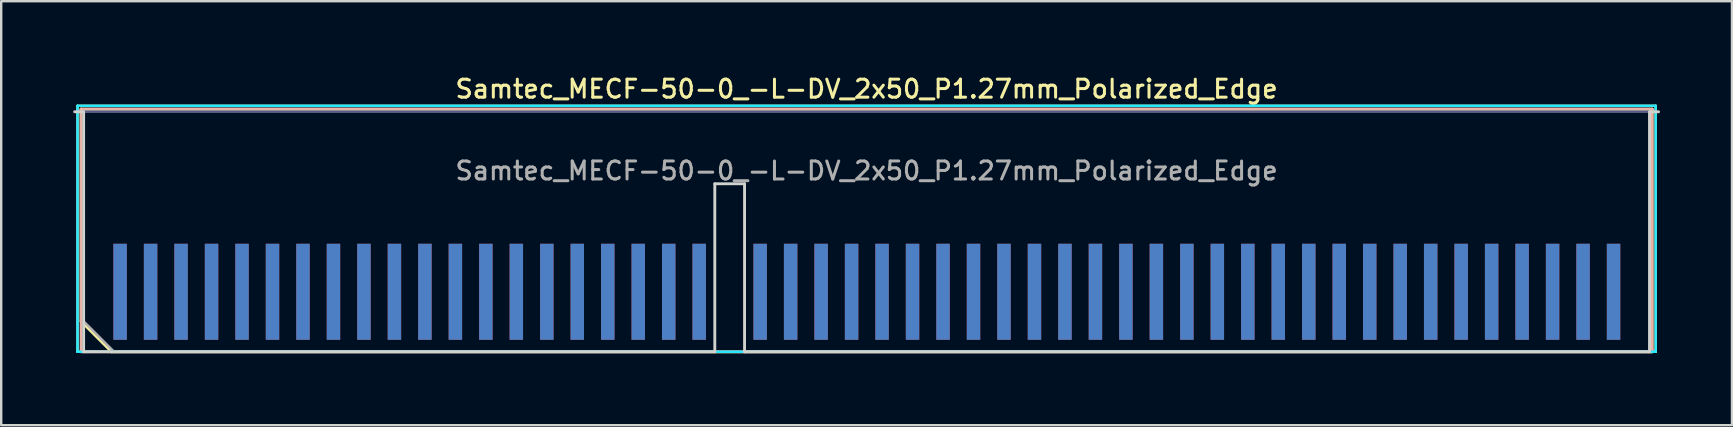
<source format=kicad_pcb>
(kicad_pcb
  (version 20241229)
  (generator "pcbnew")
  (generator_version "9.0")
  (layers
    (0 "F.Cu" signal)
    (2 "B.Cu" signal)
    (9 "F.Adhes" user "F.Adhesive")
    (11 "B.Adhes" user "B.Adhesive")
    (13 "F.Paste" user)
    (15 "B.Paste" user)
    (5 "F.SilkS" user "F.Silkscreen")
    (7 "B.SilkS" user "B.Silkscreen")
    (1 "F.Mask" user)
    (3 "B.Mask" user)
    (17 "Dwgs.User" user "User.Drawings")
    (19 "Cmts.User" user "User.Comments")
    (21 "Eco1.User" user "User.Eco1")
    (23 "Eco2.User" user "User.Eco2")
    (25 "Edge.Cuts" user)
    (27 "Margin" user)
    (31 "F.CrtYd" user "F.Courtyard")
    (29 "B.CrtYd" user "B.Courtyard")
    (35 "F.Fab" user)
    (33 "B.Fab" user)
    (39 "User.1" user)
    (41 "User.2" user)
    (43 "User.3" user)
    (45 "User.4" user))
  (footprint "Samtec_MECF-50-0_-L-DV_2x50_P1.27mm_Polarized_Edge"
    (layer "F.Cu")
    (at 33.06 6.608)
    (property "Reference" "Samtec_MECF-50-0_-L-DV_2x50_P1.27mm_Polarized_Edge" (at 0 -5.95 0) (layer "F.SilkS") (effects (font (size 0.75 0.75) (thickness 0.125))))
    (attr exclude_from_pos_files exclude_from_bom)
    (fp_line (start -32.88 -5.25) (end -32.88 5) (stroke (width 0.1) (type solid)) (layer "F.SilkS"))
    (fp_line (start -32.88 5) (end 32.88 5) (stroke (width 0.1) (type solid)) (layer "F.SilkS"))
    (fp_line (start -32.73 -5.11) (end 32.73 -5.11) (stroke (width 0.12) (type solid)) (layer "F.SilkS"))
    (fp_line (start -32.73 3.73) (end -32.73 -5.11) (stroke (width 0.12) (type solid)) (layer "F.SilkS"))
    (fp_line (start -31.46 5) (end -32.73 3.73) (stroke (width 0.12) (type solid)) (layer "F.SilkS"))
    (fp_line (start -31.46 5) (end 32.73 5) (stroke (width 0.12) (type solid)) (layer "F.SilkS"))
    (fp_line (start 32.73 5) (end 32.73 -5.11) (stroke (width 0.12) (type solid)) (layer "F.SilkS"))
    (fp_line (start 32.88 -5.25) (end -32.88 -5.25) (stroke (width 0.1) (type solid)) (layer "F.SilkS"))
    (fp_line (start 32.88 5) (end 32.88 -5.25) (stroke (width 0.1) (type solid)) (layer "F.SilkS"))
    (fp_line (start -32.73 -5.11) (end 32.73 -5.11) (stroke (width 0.12) (type solid)) (layer "B.SilkS"))
    (fp_line (start -32.73 5) (end -32.73 -5.11) (stroke (width 0.12) (type solid)) (layer "B.SilkS"))
    (fp_line (start -32.73 5) (end 32.73 5) (stroke (width 0.12) (type solid)) (layer "B.SilkS"))
    (fp_line (start 32.73 5) (end 32.73 -5.11) (stroke (width 0.12) (type solid)) (layer "B.SilkS"))
    (fp_line (start -33 -5) (end -32.625 -5) (stroke (width 0.12) (type solid)) (layer "Edge.Cuts"))
    (fp_line (start -32.625 5) (end -32.625 -5) (stroke (width 0.12) (type solid)) (layer "Edge.Cuts"))
    (fp_line (start -32.625 5) (end -6.325 5) (stroke (width 0.12) (type solid)) (layer "Edge.Cuts"))
    (fp_line (start -6.325 -2) (end -5.085 -2) (stroke (width 0.12) (type solid)) (layer "Edge.Cuts"))
    (fp_line (start -6.325 5) (end -6.325 -2) (stroke (width 0.12) (type solid)) (layer "Edge.Cuts"))
    (fp_line (start -5.085 5) (end -5.085 -2) (stroke (width 0.12) (type solid)) (layer "Edge.Cuts"))
    (fp_line (start -5.085 5) (end 32.625 5) (stroke (width 0.12) (type solid)) (layer "Edge.Cuts"))
    (fp_line (start 32.625 5) (end 32.625 -5) (stroke (width 0.12) (type solid)) (layer "Edge.Cuts"))
    (fp_line (start 33 -5) (end 32.625 -5) (stroke (width 0.12) (type solid)) (layer "Edge.Cuts"))
    (fp_line (start -32.88 -5.25) (end -32.88 5) (stroke (width 0.1) (type solid)) (layer "B.CrtYd"))
    (fp_line (start -32.88 5) (end 32.88 5) (stroke (width 0.1) (type solid)) (layer "B.CrtYd"))
    (fp_line (start 32.88 -5.25) (end -32.88 -5.25) (stroke (width 0.1) (type solid)) (layer "B.CrtYd"))
    (fp_line (start 32.88 5) (end 32.88 -5.25) (stroke (width 0.1) (type solid)) (layer "B.CrtYd"))
    (fp_line (start -32.625 -5) (end 32.625 -5) (stroke (width 0.1) (type solid)) (layer "B.Fab"))
    (fp_line (start -32.625 5) (end -32.625 -5) (stroke (width 0.1) (type solid)) (layer "B.Fab"))
    (fp_line (start -32.625 5) (end 32.625 5) (stroke (width 0.1) (type solid)) (layer "B.Fab"))
    (fp_line (start 32.625 5) (end 32.625 -5) (stroke (width 0.1) (type solid)) (layer "B.Fab"))
    (fp_line (start -32.625 -5) (end 32.625 -5) (stroke (width 0.1) (type solid)) (layer "F.Fab"))
    (fp_line (start -32.625 3.73) (end -32.625 -5) (stroke (width 0.1) (type solid)) (layer "F.Fab"))
    (fp_line (start -32.625 3.73) (end -31.355 5) (stroke (width 0.1) (type solid)) (layer "F.Fab"))
    (fp_line (start -31.355 5) (end 32.625 5) (stroke (width 0.1) (type solid)) (layer "F.Fab"))
    (fp_line (start 32.625 5) (end 32.625 -5) (stroke (width 0.1) (type solid)) (layer "F.Fab"))
    (fp_text user "${REFERENCE}" (at 0 -2.54 0) (layer "F.Fab") (effects (font (size 0.75 0.75) (thickness 0.125))))
    (pad "1" connect rect (at -31.105 2.5) (size 0.56 4) (layers "F.Cu" "F.Mask"))
    (pad "2" connect rect (at -31.105 2.5) (size 0.56 4) (layers "B.Cu" "B.Mask"))
    (pad "3" connect rect (at -29.835 2.5) (size 0.56 4) (layers "F.Cu" "F.Mask"))
    (pad "4" connect rect (at -29.835 2.5) (size 0.56 4) (layers "B.Cu" "B.Mask"))
    (pad "5" connect rect (at -28.565 2.5) (size 0.56 4) (layers "F.Cu" "F.Mask"))
    (pad "6" connect rect (at -28.565 2.5) (size 0.56 4) (layers "B.Cu" "B.Mask"))
    (pad "7" connect rect (at -27.295 2.5) (size 0.56 4) (layers "F.Cu" "F.Mask"))
    (pad "8" connect rect (at -27.295 2.5) (size 0.56 4) (layers "B.Cu" "B.Mask"))
    (pad "9" connect rect (at -26.025 2.5) (size 0.56 4) (layers "F.Cu" "F.Mask"))
    (pad "10" connect rect (at -26.025 2.5) (size 0.56 4) (layers "B.Cu" "B.Mask"))
    (pad "11" connect rect (at -24.755 2.5) (size 0.56 4) (layers "F.Cu" "F.Mask"))
    (pad "12" connect rect (at -24.755 2.5) (size 0.56 4) (layers "B.Cu" "B.Mask"))
    (pad "13" connect rect (at -23.485 2.5) (size 0.56 4) (layers "F.Cu" "F.Mask"))
    (pad "14" connect rect (at -23.485 2.5) (size 0.56 4) (layers "B.Cu" "B.Mask"))
    (pad "15" connect rect (at -22.215 2.5) (size 0.56 4) (layers "F.Cu" "F.Mask"))
    (pad "16" connect rect (at -22.215 2.5) (size 0.56 4) (layers "B.Cu" "B.Mask"))
    (pad "17" connect rect (at -20.945 2.5) (size 0.56 4) (layers "F.Cu" "F.Mask"))
    (pad "18" connect rect (at -20.945 2.5) (size 0.56 4) (layers "B.Cu" "B.Mask"))
    (pad "19" connect rect (at -19.675 2.5) (size 0.56 4) (layers "F.Cu" "F.Mask"))
    (pad "20" connect rect (at -19.675 2.5) (size 0.56 4) (layers "B.Cu" "B.Mask"))
    (pad "21" connect rect (at -18.405 2.5) (size 0.56 4) (layers "F.Cu" "F.Mask"))
    (pad "22" connect rect (at -18.405 2.5) (size 0.56 4) (layers "B.Cu" "B.Mask"))
    (pad "23" connect rect (at -17.135 2.5) (size 0.56 4) (layers "F.Cu" "F.Mask"))
    (pad "24" connect rect (at -17.135 2.5) (size 0.56 4) (layers "B.Cu" "B.Mask"))
    (pad "25" connect rect (at -15.865 2.5) (size 0.56 4) (layers "F.Cu" "F.Mask"))
    (pad "26" connect rect (at -15.865 2.5) (size 0.56 4) (layers "B.Cu" "B.Mask"))
    (pad "27" connect rect (at -14.595 2.5) (size 0.56 4) (layers "F.Cu" "F.Mask"))
    (pad "28" connect rect (at -14.595 2.5) (size 0.56 4) (layers "B.Cu" "B.Mask"))
    (pad "29" connect rect (at -13.325 2.5) (size 0.56 4) (layers "F.Cu" "F.Mask"))
    (pad "30" connect rect (at -13.325 2.5) (size 0.56 4) (layers "B.Cu" "B.Mask"))
    (pad "31" connect rect (at -12.055 2.5) (size 0.56 4) (layers "F.Cu" "F.Mask"))
    (pad "32" connect rect (at -12.055 2.5) (size 0.56 4) (layers "B.Cu" "B.Mask"))
    (pad "33" connect rect (at -10.785 2.5) (size 0.56 4) (layers "F.Cu" "F.Mask"))
    (pad "34" connect rect (at -10.785 2.5) (size 0.56 4) (layers "B.Cu" "B.Mask"))
    (pad "35" connect rect (at -9.515 2.5) (size 0.56 4) (layers "F.Cu" "F.Mask"))
    (pad "36" connect rect (at -9.515 2.5) (size 0.56 4) (layers "B.Cu" "B.Mask"))
    (pad "37" connect rect (at -8.245 2.5) (size 0.56 4) (layers "F.Cu" "F.Mask"))
    (pad "38" connect rect (at -8.245 2.5) (size 0.56 4) (layers "B.Cu" "B.Mask"))
    (pad "39" connect rect (at -6.975 2.5) (size 0.56 4) (layers "F.Cu" "F.Mask"))
    (pad "40" connect rect (at -6.975 2.5) (size 0.56 4) (layers "B.Cu" "B.Mask"))
    (pad "43" connect rect (at -4.435 2.5) (size 0.56 4) (layers "F.Cu" "F.Mask"))
    (pad "44" connect rect (at -4.435 2.5) (size 0.56 4) (layers "B.Cu" "B.Mask"))
    (pad "45" connect rect (at -3.165 2.5) (size 0.56 4) (layers "F.Cu" "F.Mask"))
    (pad "46" connect rect (at -3.165 2.5) (size 0.56 4) (layers "B.Cu" "B.Mask"))
    (pad "47" connect rect (at -1.895 2.5) (size 0.56 4) (layers "F.Cu" "F.Mask"))
    (pad "48" connect rect (at -1.895 2.5) (size 0.56 4) (layers "B.Cu" "B.Mask"))
    (pad "49" connect rect (at -0.625 2.5) (size 0.56 4) (layers "F.Cu" "F.Mask"))
    (pad "50" connect rect (at -0.625 2.5) (size 0.56 4) (layers "B.Cu" "B.Mask"))
    (pad "51" connect rect (at 0.645 2.5) (size 0.56 4) (layers "F.Cu" "F.Mask"))
    (pad "52" connect rect (at 0.645 2.5) (size 0.56 4) (layers "B.Cu" "B.Mask"))
    (pad "53" connect rect (at 1.915 2.5) (size 0.56 4) (layers "F.Cu" "F.Mask"))
    (pad "54" connect rect (at 1.915 2.5) (size 0.56 4) (layers "B.Cu" "B.Mask"))
    (pad "55" connect rect (at 3.185 2.5) (size 0.56 4) (layers "F.Cu" "F.Mask"))
    (pad "56" connect rect (at 3.185 2.5) (size 0.56 4) (layers "B.Cu" "B.Mask"))
    (pad "57" connect rect (at 4.455 2.5) (size 0.56 4) (layers "F.Cu" "F.Mask"))
    (pad "58" connect rect (at 4.455 2.5) (size 0.56 4) (layers "B.Cu" "B.Mask"))
    (pad "59" connect rect (at 5.725 2.5) (size 0.56 4) (layers "F.Cu" "F.Mask"))
    (pad "60" connect rect (at 5.725 2.5) (size 0.56 4) (layers "B.Cu" "B.Mask"))
    (pad "61" connect rect (at 6.995 2.5) (size 0.56 4) (layers "F.Cu" "F.Mask"))
    (pad "62" connect rect (at 6.995 2.5) (size 0.56 4) (layers "B.Cu" "B.Mask"))
    (pad "63" connect rect (at 8.265 2.5) (size 0.56 4) (layers "F.Cu" "F.Mask"))
    (pad "64" connect rect (at 8.265 2.5) (size 0.56 4) (layers "B.Cu" "B.Mask"))
    (pad "65" connect rect (at 9.535 2.5) (size 0.56 4) (layers "F.Cu" "F.Mask"))
    (pad "66" connect rect (at 9.535 2.5) (size 0.56 4) (layers "B.Cu" "B.Mask"))
    (pad "67" connect rect (at 10.805 2.5) (size 0.56 4) (layers "F.Cu" "F.Mask"))
    (pad "68" connect rect (at 10.805 2.5) (size 0.56 4) (layers "B.Cu" "B.Mask"))
    (pad "69" connect rect (at 12.075 2.5) (size 0.56 4) (layers "F.Cu" "F.Mask"))
    (pad "70" connect rect (at 12.075 2.5) (size 0.56 4) (layers "B.Cu" "B.Mask"))
    (pad "71" connect rect (at 13.345 2.5) (size 0.56 4) (layers "F.Cu" "F.Mask"))
    (pad "72" connect rect (at 13.345 2.5) (size 0.56 4) (layers "B.Cu" "B.Mask"))
    (pad "73" connect rect (at 14.615 2.5) (size 0.56 4) (layers "F.Cu" "F.Mask"))
    (pad "74" connect rect (at 14.615 2.5) (size 0.56 4) (layers "B.Cu" "B.Mask"))
    (pad "75" connect rect (at 15.885 2.5) (size 0.56 4) (layers "F.Cu" "F.Mask"))
    (pad "76" connect rect (at 15.885 2.5) (size 0.56 4) (layers "B.Cu" "B.Mask"))
    (pad "77" connect rect (at 17.155 2.5) (size 0.56 4) (layers "F.Cu" "F.Mask"))
    (pad "78" connect rect (at 17.155 2.5) (size 0.56 4) (layers "B.Cu" "B.Mask"))
    (pad "79" connect rect (at 18.425 2.5) (size 0.56 4) (layers "F.Cu" "F.Mask"))
    (pad "80" connect rect (at 18.425 2.5) (size 0.56 4) (layers "B.Cu" "B.Mask"))
    (pad "81" connect rect (at 19.695 2.5) (size 0.56 4) (layers "F.Cu" "F.Mask"))
    (pad "82" connect rect (at 19.695 2.5) (size 0.56 4) (layers "B.Cu" "B.Mask"))
    (pad "83" connect rect (at 20.965 2.5) (size 0.56 4) (layers "F.Cu" "F.Mask"))
    (pad "84" connect rect (at 20.965 2.5) (size 0.56 4) (layers "B.Cu" "B.Mask"))
    (pad "85" connect rect (at 22.235 2.5) (size 0.56 4) (layers "F.Cu" "F.Mask"))
    (pad "86" connect rect (at 22.235 2.5) (size 0.56 4) (layers "B.Cu" "B.Mask"))
    (pad "87" connect rect (at 23.505 2.5) (size 0.56 4) (layers "F.Cu" "F.Mask"))
    (pad "88" connect rect (at 23.505 2.5) (size 0.56 4) (layers "B.Cu" "B.Mask"))
    (pad "89" connect rect (at 24.775 2.5) (size 0.56 4) (layers "F.Cu" "F.Mask"))
    (pad "90" connect rect (at 24.775 2.5) (size 0.56 4) (layers "B.Cu" "B.Mask"))
    (pad "91" connect rect (at 26.045 2.5) (size 0.56 4) (layers "F.Cu" "F.Mask"))
    (pad "92" connect rect (at 26.045 2.5) (size 0.56 4) (layers "B.Cu" "B.Mask"))
    (pad "93" connect rect (at 27.315 2.5) (size 0.56 4) (layers "F.Cu" "F.Mask"))
    (pad "94" connect rect (at 27.315 2.5) (size 0.56 4) (layers "B.Cu" "B.Mask"))
    (pad "95" connect rect (at 28.585 2.5) (size 0.56 4) (layers "F.Cu" "F.Mask"))
    (pad "96" connect rect (at 28.585 2.5) (size 0.56 4) (layers "B.Cu" "B.Mask"))
    (pad "97" connect rect (at 29.855 2.5) (size 0.56 4) (layers "F.Cu" "F.Mask"))
    (pad "98" connect rect (at 29.855 2.5) (size 0.56 4) (layers "B.Cu" "B.Mask"))
    (pad "99" connect rect (at 31.125 2.5) (size 0.56 4) (layers "F.Cu" "F.Mask"))
    (pad "100" connect rect (at 31.125 2.5) (size 0.56 4) (layers "B.Cu" "B.Mask")))
  (gr_rect
    (start -3 -3)
    (end 69.12 14.668)
    (stroke (width 0.1) (type default))
    (fill no)
    (layer "Edge.Cuts")))
</source>
